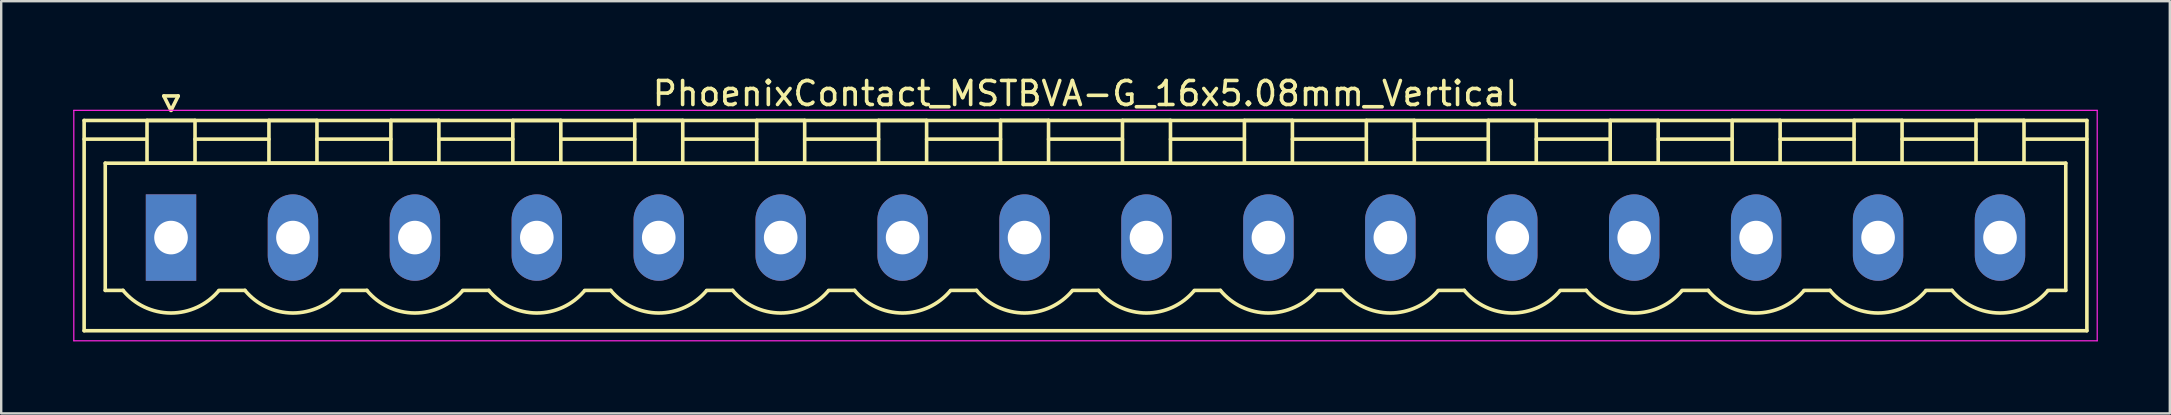
<source format=kicad_pcb>
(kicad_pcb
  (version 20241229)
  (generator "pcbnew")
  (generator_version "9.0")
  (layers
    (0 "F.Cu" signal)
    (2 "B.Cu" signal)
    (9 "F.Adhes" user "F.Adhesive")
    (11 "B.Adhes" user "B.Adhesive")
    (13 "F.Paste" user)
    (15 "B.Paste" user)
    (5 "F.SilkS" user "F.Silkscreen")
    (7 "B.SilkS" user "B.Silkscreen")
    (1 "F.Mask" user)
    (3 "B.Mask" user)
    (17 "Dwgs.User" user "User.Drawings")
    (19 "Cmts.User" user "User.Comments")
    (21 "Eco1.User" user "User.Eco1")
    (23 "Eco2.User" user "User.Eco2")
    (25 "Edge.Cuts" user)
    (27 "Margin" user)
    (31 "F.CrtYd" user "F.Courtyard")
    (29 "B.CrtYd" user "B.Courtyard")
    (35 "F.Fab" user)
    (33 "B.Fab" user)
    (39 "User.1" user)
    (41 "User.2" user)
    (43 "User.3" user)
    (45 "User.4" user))
  (footprint "PhoenixContact_MSTBVA-G_16x5.08mm_Vertical"
    (layer "F.Cu")
    (at 4.075 6.848)
    (property "Reference" "PhoenixContact_MSTBVA-G_16x5.08mm_Vertical" (at 38.1 -6 0) (layer "F.SilkS") (effects (font (size 1 1) (thickness 0.15))))
    (attr through_hole)
    (fp_line (start -3.62 -4.88) (end -3.62 3.88) (stroke (width 0.15) (type solid)) (layer "F.SilkS"))
    (fp_line (start -3.62 -4.1) (end -1.08 -4.1) (stroke (width 0.15) (type solid)) (layer "F.SilkS"))
    (fp_line (start -3.62 3.88) (end 79.82 3.88) (stroke (width 0.15) (type solid)) (layer "F.SilkS"))
    (fp_line (start -2.74 -3.1) (end 78.94 -3.1) (stroke (width 0.15) (type solid)) (layer "F.SilkS"))
    (fp_line (start -2.74 2.2) (end -2.74 -3.1) (stroke (width 0.15) (type solid)) (layer "F.SilkS"))
    (fp_line (start -2 2.2) (end -2.74 2.2) (stroke (width 0.15) (type solid)) (layer "F.SilkS"))
    (fp_line (start -1 -4.88) (end 1 -4.88) (stroke (width 0.15) (type solid)) (layer "F.SilkS"))
    (fp_line (start -1 -3.1) (end -1 -4.88) (stroke (width 0.15) (type solid)) (layer "F.SilkS"))
    (fp_line (start -0.3 -5.9) (end 0 -5.3) (stroke (width 0.15) (type solid)) (layer "F.SilkS"))
    (fp_line (start 0 -5.3) (end 0.3 -5.9) (stroke (width 0.15) (type solid)) (layer "F.SilkS"))
    (fp_line (start 0.3 -5.9) (end -0.3 -5.9) (stroke (width 0.15) (type solid)) (layer "F.SilkS"))
    (fp_line (start 1 -4.88) (end 1 -3.1) (stroke (width 0.15) (type solid)) (layer "F.SilkS"))
    (fp_line (start 1 -4.1) (end 4.08 -4.1) (stroke (width 0.15) (type solid)) (layer "F.SilkS"))
    (fp_line (start 1 -3.1) (end -1 -3.1) (stroke (width 0.15) (type solid)) (layer "F.SilkS"))
    (fp_line (start 2 2.2) (end 3.08 2.2) (stroke (width 0.15) (type solid)) (layer "F.SilkS"))
    (fp_line (start 4.08 -4.88) (end 6.08 -4.88) (stroke (width 0.15) (type solid)) (layer "F.SilkS"))
    (fp_line (start 4.08 -3.1) (end 4.08 -4.88) (stroke (width 0.15) (type solid)) (layer "F.SilkS"))
    (fp_line (start 6.08 -4.88) (end 6.08 -3.1) (stroke (width 0.15) (type solid)) (layer "F.SilkS"))
    (fp_line (start 6.08 -4.1) (end 9.16 -4.1) (stroke (width 0.15) (type solid)) (layer "F.SilkS"))
    (fp_line (start 6.08 -3.1) (end 4.08 -3.1) (stroke (width 0.15) (type solid)) (layer "F.SilkS"))
    (fp_line (start 7.08 2.2) (end 8.16 2.2) (stroke (width 0.15) (type solid)) (layer "F.SilkS"))
    (fp_line (start 9.16 -4.88) (end 11.16 -4.88) (stroke (width 0.15) (type solid)) (layer "F.SilkS"))
    (fp_line (start 9.16 -3.1) (end 9.16 -4.88) (stroke (width 0.15) (type solid)) (layer "F.SilkS"))
    (fp_line (start 11.16 -4.88) (end 11.16 -3.1) (stroke (width 0.15) (type solid)) (layer "F.SilkS"))
    (fp_line (start 11.16 -4.1) (end 14.24 -4.1) (stroke (width 0.15) (type solid)) (layer "F.SilkS"))
    (fp_line (start 11.16 -3.1) (end 9.16 -3.1) (stroke (width 0.15) (type solid)) (layer "F.SilkS"))
    (fp_line (start 12.16 2.2) (end 13.24 2.2) (stroke (width 0.15) (type solid)) (layer "F.SilkS"))
    (fp_line (start 14.24 -4.88) (end 16.24 -4.88) (stroke (width 0.15) (type solid)) (layer "F.SilkS"))
    (fp_line (start 14.24 -3.1) (end 14.24 -4.88) (stroke (width 0.15) (type solid)) (layer "F.SilkS"))
    (fp_line (start 16.24 -4.88) (end 16.24 -3.1) (stroke (width 0.15) (type solid)) (layer "F.SilkS"))
    (fp_line (start 16.24 -4.1) (end 19.32 -4.1) (stroke (width 0.15) (type solid)) (layer "F.SilkS"))
    (fp_line (start 16.24 -3.1) (end 14.24 -3.1) (stroke (width 0.15) (type solid)) (layer "F.SilkS"))
    (fp_line (start 17.24 2.2) (end 18.32 2.2) (stroke (width 0.15) (type solid)) (layer "F.SilkS"))
    (fp_line (start 19.32 -4.88) (end 21.32 -4.88) (stroke (width 0.15) (type solid)) (layer "F.SilkS"))
    (fp_line (start 19.32 -3.1) (end 19.32 -4.88) (stroke (width 0.15) (type solid)) (layer "F.SilkS"))
    (fp_line (start 21.32 -4.88) (end 21.32 -3.1) (stroke (width 0.15) (type solid)) (layer "F.SilkS"))
    (fp_line (start 21.32 -4.1) (end 24.4 -4.1) (stroke (width 0.15) (type solid)) (layer "F.SilkS"))
    (fp_line (start 21.32 -3.1) (end 19.32 -3.1) (stroke (width 0.15) (type solid)) (layer "F.SilkS"))
    (fp_line (start 22.32 2.2) (end 23.4 2.2) (stroke (width 0.15) (type solid)) (layer "F.SilkS"))
    (fp_line (start 24.4 -4.88) (end 26.4 -4.88) (stroke (width 0.15) (type solid)) (layer "F.SilkS"))
    (fp_line (start 24.4 -3.1) (end 24.4 -4.88) (stroke (width 0.15) (type solid)) (layer "F.SilkS"))
    (fp_line (start 26.4 -4.88) (end 26.4 -3.1) (stroke (width 0.15) (type solid)) (layer "F.SilkS"))
    (fp_line (start 26.4 -4.1) (end 29.48 -4.1) (stroke (width 0.15) (type solid)) (layer "F.SilkS"))
    (fp_line (start 26.4 -3.1) (end 24.4 -3.1) (stroke (width 0.15) (type solid)) (layer "F.SilkS"))
    (fp_line (start 27.4 2.2) (end 28.48 2.2) (stroke (width 0.15) (type solid)) (layer "F.SilkS"))
    (fp_line (start 29.48 -4.88) (end 31.48 -4.88) (stroke (width 0.15) (type solid)) (layer "F.SilkS"))
    (fp_line (start 29.48 -3.1) (end 29.48 -4.88) (stroke (width 0.15) (type solid)) (layer "F.SilkS"))
    (fp_line (start 31.48 -4.88) (end 31.48 -3.1) (stroke (width 0.15) (type solid)) (layer "F.SilkS"))
    (fp_line (start 31.48 -4.1) (end 34.56 -4.1) (stroke (width 0.15) (type solid)) (layer "F.SilkS"))
    (fp_line (start 31.48 -3.1) (end 29.48 -3.1) (stroke (width 0.15) (type solid)) (layer "F.SilkS"))
    (fp_line (start 32.48 2.2) (end 33.56 2.2) (stroke (width 0.15) (type solid)) (layer "F.SilkS"))
    (fp_line (start 34.56 -4.88) (end 36.56 -4.88) (stroke (width 0.15) (type solid)) (layer "F.SilkS"))
    (fp_line (start 34.56 -3.1) (end 34.56 -4.88) (stroke (width 0.15) (type solid)) (layer "F.SilkS"))
    (fp_line (start 36.56 -4.88) (end 36.56 -3.1) (stroke (width 0.15) (type solid)) (layer "F.SilkS"))
    (fp_line (start 36.56 -4.1) (end 39.64 -4.1) (stroke (width 0.15) (type solid)) (layer "F.SilkS"))
    (fp_line (start 36.56 -3.1) (end 34.56 -3.1) (stroke (width 0.15) (type solid)) (layer "F.SilkS"))
    (fp_line (start 37.56 2.2) (end 38.64 2.2) (stroke (width 0.15) (type solid)) (layer "F.SilkS"))
    (fp_line (start 39.64 -4.88) (end 41.64 -4.88) (stroke (width 0.15) (type solid)) (layer "F.SilkS"))
    (fp_line (start 39.64 -3.1) (end 39.64 -4.88) (stroke (width 0.15) (type solid)) (layer "F.SilkS"))
    (fp_line (start 41.64 -4.88) (end 41.64 -3.1) (stroke (width 0.15) (type solid)) (layer "F.SilkS"))
    (fp_line (start 41.64 -4.1) (end 44.72 -4.1) (stroke (width 0.15) (type solid)) (layer "F.SilkS"))
    (fp_line (start 41.64 -3.1) (end 39.64 -3.1) (stroke (width 0.15) (type solid)) (layer "F.SilkS"))
    (fp_line (start 42.64 2.2) (end 43.72 2.2) (stroke (width 0.15) (type solid)) (layer "F.SilkS"))
    (fp_line (start 44.72 -4.88) (end 46.72 -4.88) (stroke (width 0.15) (type solid)) (layer "F.SilkS"))
    (fp_line (start 44.72 -3.1) (end 44.72 -4.88) (stroke (width 0.15) (type solid)) (layer "F.SilkS"))
    (fp_line (start 46.72 -4.88) (end 46.72 -3.1) (stroke (width 0.15) (type solid)) (layer "F.SilkS"))
    (fp_line (start 46.72 -4.1) (end 49.8 -4.1) (stroke (width 0.15) (type solid)) (layer "F.SilkS"))
    (fp_line (start 46.72 -3.1) (end 44.72 -3.1) (stroke (width 0.15) (type solid)) (layer "F.SilkS"))
    (fp_line (start 47.72 2.2) (end 48.8 2.2) (stroke (width 0.15) (type solid)) (layer "F.SilkS"))
    (fp_line (start 49.8 -4.88) (end 51.8 -4.88) (stroke (width 0.15) (type solid)) (layer "F.SilkS"))
    (fp_line (start 49.8 -3.1) (end 49.8 -4.88) (stroke (width 0.15) (type solid)) (layer "F.SilkS"))
    (fp_line (start 51.8 -4.88) (end 51.8 -3.1) (stroke (width 0.15) (type solid)) (layer "F.SilkS"))
    (fp_line (start 51.8 -4.1) (end 54.88 -4.1) (stroke (width 0.15) (type solid)) (layer "F.SilkS"))
    (fp_line (start 51.8 -3.1) (end 49.8 -3.1) (stroke (width 0.15) (type solid)) (layer "F.SilkS"))
    (fp_line (start 52.8 2.2) (end 53.88 2.2) (stroke (width 0.15) (type solid)) (layer "F.SilkS"))
    (fp_line (start 54.88 -4.88) (end 56.88 -4.88) (stroke (width 0.15) (type solid)) (layer "F.SilkS"))
    (fp_line (start 54.88 -3.1) (end 54.88 -4.88) (stroke (width 0.15) (type solid)) (layer "F.SilkS"))
    (fp_line (start 56.88 -4.88) (end 56.88 -3.1) (stroke (width 0.15) (type solid)) (layer "F.SilkS"))
    (fp_line (start 56.88 -4.1) (end 59.96 -4.1) (stroke (width 0.15) (type solid)) (layer "F.SilkS"))
    (fp_line (start 56.88 -3.1) (end 54.88 -3.1) (stroke (width 0.15) (type solid)) (layer "F.SilkS"))
    (fp_line (start 57.88 2.2) (end 58.96 2.2) (stroke (width 0.15) (type solid)) (layer "F.SilkS"))
    (fp_line (start 59.96 -4.88) (end 61.96 -4.88) (stroke (width 0.15) (type solid)) (layer "F.SilkS"))
    (fp_line (start 59.96 -3.1) (end 59.96 -4.88) (stroke (width 0.15) (type solid)) (layer "F.SilkS"))
    (fp_line (start 61.96 -4.88) (end 61.96 -3.1) (stroke (width 0.15) (type solid)) (layer "F.SilkS"))
    (fp_line (start 61.96 -4.1) (end 65.04 -4.1) (stroke (width 0.15) (type solid)) (layer "F.SilkS"))
    (fp_line (start 61.96 -3.1) (end 59.96 -3.1) (stroke (width 0.15) (type solid)) (layer "F.SilkS"))
    (fp_line (start 62.96 2.2) (end 64.04 2.2) (stroke (width 0.15) (type solid)) (layer "F.SilkS"))
    (fp_line (start 65.04 -4.88) (end 67.04 -4.88) (stroke (width 0.15) (type solid)) (layer "F.SilkS"))
    (fp_line (start 65.04 -3.1) (end 65.04 -4.88) (stroke (width 0.15) (type solid)) (layer "F.SilkS"))
    (fp_line (start 67.04 -4.88) (end 67.04 -3.1) (stroke (width 0.15) (type solid)) (layer "F.SilkS"))
    (fp_line (start 67.04 -4.1) (end 70.12 -4.1) (stroke (width 0.15) (type solid)) (layer "F.SilkS"))
    (fp_line (start 67.04 -3.1) (end 65.04 -3.1) (stroke (width 0.15) (type solid)) (layer "F.SilkS"))
    (fp_line (start 68.04 2.2) (end 69.12 2.2) (stroke (width 0.15) (type solid)) (layer "F.SilkS"))
    (fp_line (start 70.12 -4.88) (end 72.12 -4.88) (stroke (width 0.15) (type solid)) (layer "F.SilkS"))
    (fp_line (start 70.12 -3.1) (end 70.12 -4.88) (stroke (width 0.15) (type solid)) (layer "F.SilkS"))
    (fp_line (start 72.12 -4.88) (end 72.12 -3.1) (stroke (width 0.15) (type solid)) (layer "F.SilkS"))
    (fp_line (start 72.12 -4.1) (end 75.2 -4.1) (stroke (width 0.15) (type solid)) (layer "F.SilkS"))
    (fp_line (start 72.12 -3.1) (end 70.12 -3.1) (stroke (width 0.15) (type solid)) (layer "F.SilkS"))
    (fp_line (start 73.12 2.2) (end 74.2 2.2) (stroke (width 0.15) (type solid)) (layer "F.SilkS"))
    (fp_line (start 75.2 -4.88) (end 77.2 -4.88) (stroke (width 0.15) (type solid)) (layer "F.SilkS"))
    (fp_line (start 75.2 -3.1) (end 75.2 -4.88) (stroke (width 0.15) (type solid)) (layer "F.SilkS"))
    (fp_line (start 77.2 -4.88) (end 77.2 -3.1) (stroke (width 0.15) (type solid)) (layer "F.SilkS"))
    (fp_line (start 77.2 -3.1) (end 75.2 -3.1) (stroke (width 0.15) (type solid)) (layer "F.SilkS"))
    (fp_line (start 78.94 -3.1) (end 78.94 2.2) (stroke (width 0.15) (type solid)) (layer "F.SilkS"))
    (fp_line (start 78.94 2.2) (end 78.2 2.2) (stroke (width 0.15) (type solid)) (layer "F.SilkS"))
    (fp_line (start 79.82 -4.88) (end -3.62 -4.88) (stroke (width 0.15) (type solid)) (layer "F.SilkS"))
    (fp_line (start 79.82 -4.1) (end 77.28 -4.1) (stroke (width 0.15) (type solid)) (layer "F.SilkS"))
    (fp_line (start 79.82 3.88) (end 79.82 -4.88) (stroke (width 0.15) (type solid)) (layer "F.SilkS"))
    (fp_arc (start 1.986842 2.215821) (mid -0.010289 3.142758) (end -2 2.2) (stroke (width 0.15) (type solid)) (layer "F.SilkS"))
    (fp_arc (start 7.066842 2.215821) (mid 5.069711 3.142758) (end 3.08 2.2) (stroke (width 0.15) (type solid)) (layer "F.SilkS"))
    (fp_arc (start 12.146842 2.215821) (mid 10.149711 3.142758) (end 8.16 2.2) (stroke (width 0.15) (type solid)) (layer "F.SilkS"))
    (fp_arc (start 17.226842 2.215821) (mid 15.229711 3.142758) (end 13.24 2.2) (stroke (width 0.15) (type solid)) (layer "F.SilkS"))
    (fp_arc (start 22.306842 2.215821) (mid 20.309711 3.142758) (end 18.32 2.2) (stroke (width 0.15) (type solid)) (layer "F.SilkS"))
    (fp_arc (start 27.386842 2.215821) (mid 25.389711 3.142758) (end 23.4 2.2) (stroke (width 0.15) (type solid)) (layer "F.SilkS"))
    (fp_arc (start 32.466842 2.215821) (mid 30.469711 3.142758) (end 28.48 2.2) (stroke (width 0.15) (type solid)) (layer "F.SilkS"))
    (fp_arc (start 37.546842 2.215821) (mid 35.549711 3.142758) (end 33.56 2.2) (stroke (width 0.15) (type solid)) (layer "F.SilkS"))
    (fp_arc (start 42.626842 2.215821) (mid 40.629711 3.142758) (end 38.64 2.2) (stroke (width 0.15) (type solid)) (layer "F.SilkS"))
    (fp_arc (start 47.706842 2.215821) (mid 45.709711 3.142758) (end 43.72 2.2) (stroke (width 0.15) (type solid)) (layer "F.SilkS"))
    (fp_arc (start 52.786842 2.215821) (mid 50.789711 3.142758) (end 48.8 2.2) (stroke (width 0.15) (type solid)) (layer "F.SilkS"))
    (fp_arc (start 57.866842 2.215821) (mid 55.869711 3.142758) (end 53.88 2.2) (stroke (width 0.15) (type solid)) (layer "F.SilkS"))
    (fp_arc (start 62.946842 2.215821) (mid 60.949711 3.142758) (end 58.96 2.2) (stroke (width 0.15) (type solid)) (layer "F.SilkS"))
    (fp_arc (start 68.026842 2.215821) (mid 66.029711 3.142758) (end 64.04 2.2) (stroke (width 0.15) (type solid)) (layer "F.SilkS"))
    (fp_arc (start 73.106842 2.215821) (mid 71.109711 3.142758) (end 69.12 2.2) (stroke (width 0.15) (type solid)) (layer "F.SilkS"))
    (fp_arc (start 78.186842 2.215821) (mid 76.189711 3.142758) (end 74.2 2.2) (stroke (width 0.15) (type solid)) (layer "F.SilkS"))
    (fp_line (start -4.05 -5.3) (end -4.05 4.3) (stroke (width 0.05) (type solid)) (layer "F.CrtYd"))
    (fp_line (start -4.05 4.3) (end 80.25 4.3) (stroke (width 0.05) (type solid)) (layer "F.CrtYd"))
    (fp_line (start 80.25 -5.3) (end -4.05 -5.3) (stroke (width 0.05) (type solid)) (layer "F.CrtYd"))
    (fp_line (start 80.25 4.3) (end 80.25 -5.3) (stroke (width 0.05) (type solid)) (layer "F.CrtYd"))
    (pad "1" thru_hole rect (at 0 0) (size 2.1 3.6) (drill 1.4) (layers "*.Cu" "*.Mask"))
    (pad "2" thru_hole oval (at 5.08 0) (size 2.1 3.6) (drill 1.4) (layers "*.Cu" "*.Mask"))
    (pad "3" thru_hole oval (at 10.16 0) (size 2.1 3.6) (drill 1.4) (layers "*.Cu" "*.Mask"))
    (pad "4" thru_hole oval (at 15.24 0) (size 2.1 3.6) (drill 1.4) (layers "*.Cu" "*.Mask"))
    (pad "5" thru_hole oval (at 20.32 0) (size 2.1 3.6) (drill 1.4) (layers "*.Cu" "*.Mask"))
    (pad "6" thru_hole oval (at 25.4 0) (size 2.1 3.6) (drill 1.4) (layers "*.Cu" "*.Mask"))
    (pad "7" thru_hole oval (at 30.48 0) (size 2.1 3.6) (drill 1.4) (layers "*.Cu" "*.Mask"))
    (pad "8" thru_hole oval (at 35.56 0) (size 2.1 3.6) (drill 1.4) (layers "*.Cu" "*.Mask"))
    (pad "9" thru_hole oval (at 40.64 0) (size 2.1 3.6) (drill 1.4) (layers "*.Cu" "*.Mask"))
    (pad "10" thru_hole oval (at 45.72 0) (size 2.1 3.6) (drill 1.4) (layers "*.Cu" "*.Mask"))
    (pad "11" thru_hole oval (at 50.8 0) (size 2.1 3.6) (drill 1.4) (layers "*.Cu" "*.Mask"))
    (pad "12" thru_hole oval (at 55.88 0) (size 2.1 3.6) (drill 1.4) (layers "*.Cu" "*.Mask"))
    (pad "13" thru_hole oval (at 60.96 0) (size 2.1 3.6) (drill 1.4) (layers "*.Cu" "*.Mask"))
    (pad "14" thru_hole oval (at 66.04 0) (size 2.1 3.6) (drill 1.4) (layers "*.Cu" "*.Mask"))
    (pad "15" thru_hole oval (at 71.12 0) (size 2.1 3.6) (drill 1.4) (layers "*.Cu" "*.Mask"))
    (pad "16" thru_hole oval (at 76.2 0) (size 2.1 3.6) (drill 1.4) (layers "*.Cu" "*.Mask")))
  (gr_rect
    (start -3 -3)
    (end 87.35 14.173)
    (stroke (width 0.1) (type default))
    (fill no)
    (layer "Edge.Cuts")))
</source>
